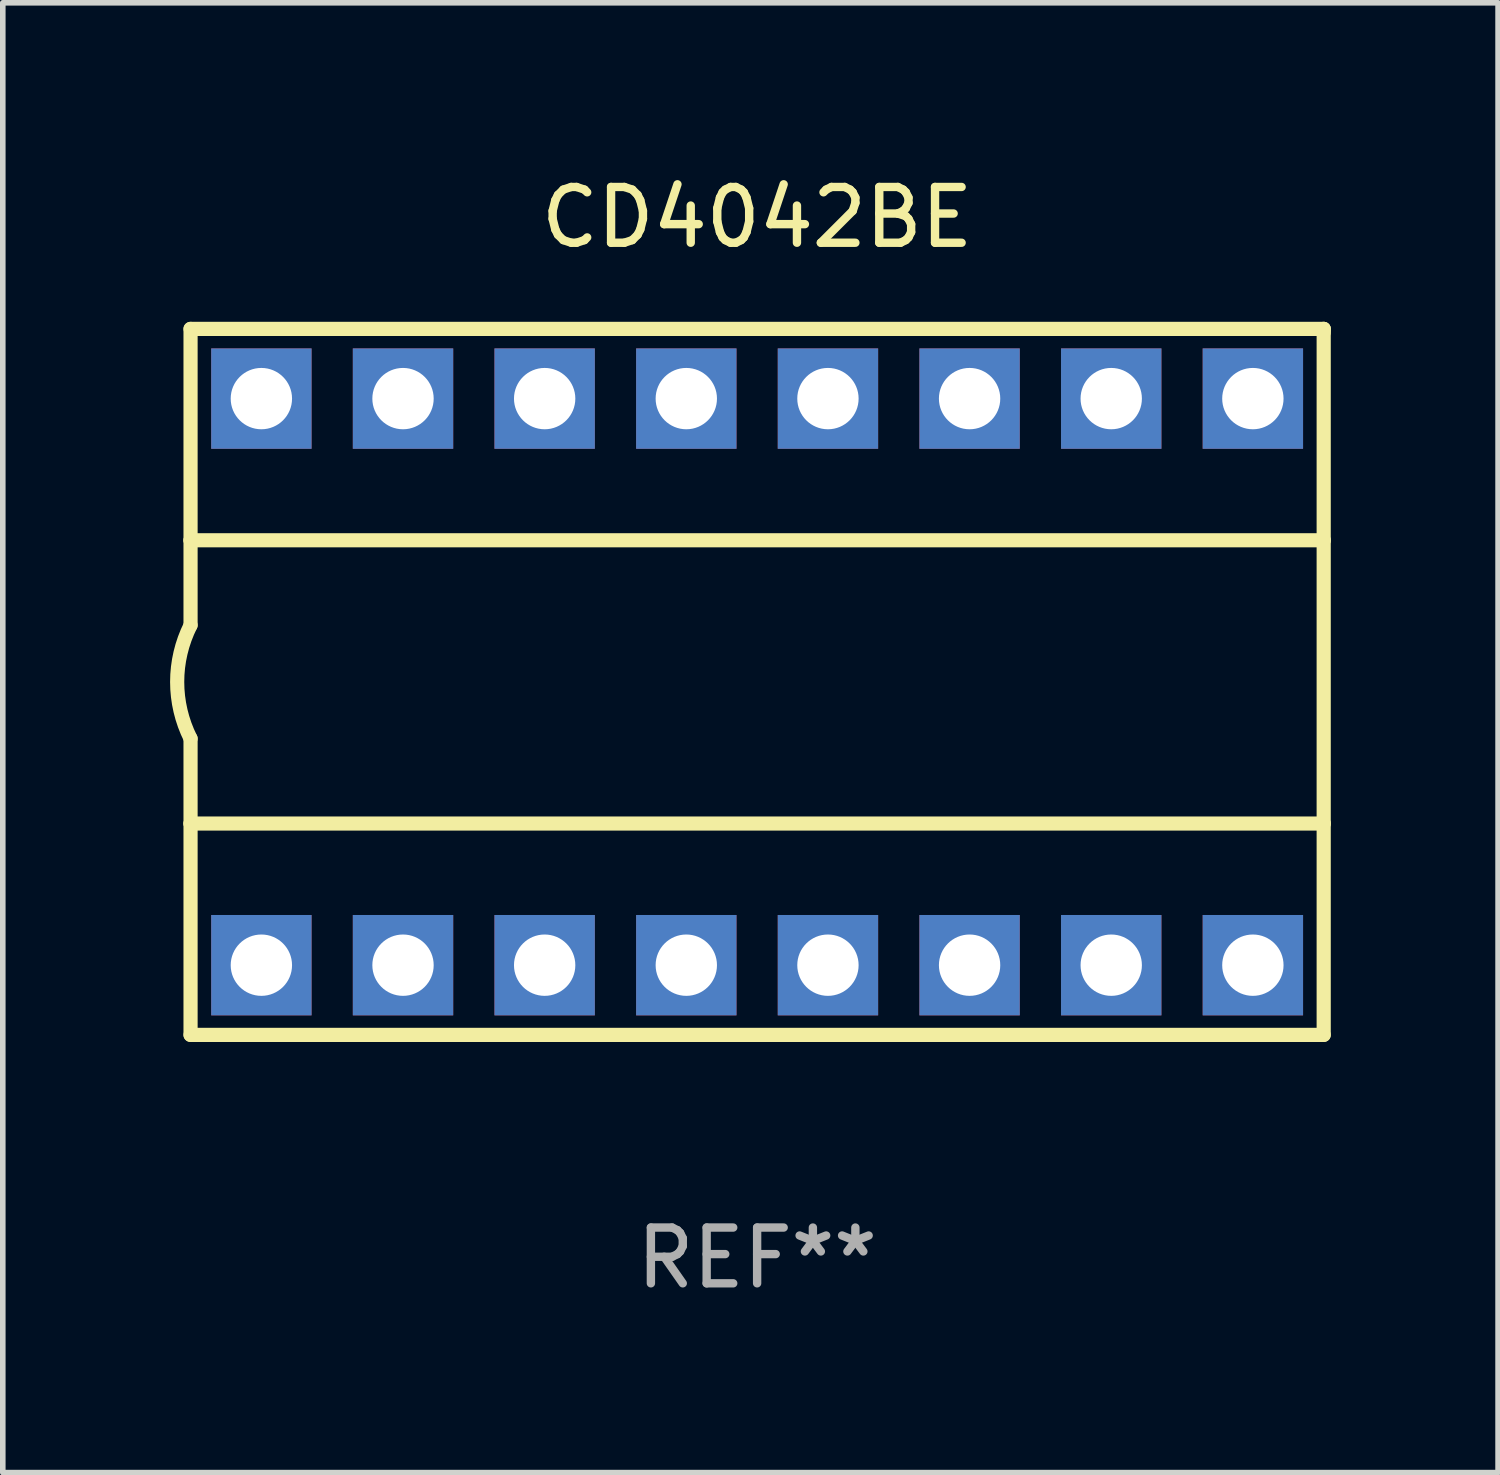
<source format=kicad_pcb>
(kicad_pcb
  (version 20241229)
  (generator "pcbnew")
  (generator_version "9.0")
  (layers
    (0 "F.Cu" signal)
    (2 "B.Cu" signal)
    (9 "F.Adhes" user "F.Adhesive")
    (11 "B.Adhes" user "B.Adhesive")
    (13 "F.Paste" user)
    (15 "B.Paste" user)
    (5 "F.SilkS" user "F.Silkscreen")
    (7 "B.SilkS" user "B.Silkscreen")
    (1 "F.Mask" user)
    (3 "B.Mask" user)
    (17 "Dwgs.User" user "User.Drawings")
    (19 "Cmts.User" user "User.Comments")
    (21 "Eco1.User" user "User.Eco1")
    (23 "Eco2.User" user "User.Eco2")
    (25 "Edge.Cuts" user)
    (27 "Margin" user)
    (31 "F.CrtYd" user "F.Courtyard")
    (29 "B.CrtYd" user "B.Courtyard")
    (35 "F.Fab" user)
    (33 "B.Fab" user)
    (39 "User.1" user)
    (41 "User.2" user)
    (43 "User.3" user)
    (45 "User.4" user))
  (footprint "CD4042BE"
    (layer "F.Cu")
    (at 10.527 9.178)
    (property "Reference" "CD4042BE" (at 0 -8.33 0) (layer "F.SilkS") (effects (font (size 1 1) (thickness 0.15))))
    (attr through_hole)
    (fp_line (start -10.16 -6.33) (end -10.16 -2.54) (stroke (width 0.254) (type solid)) (layer "F.SilkS"))
    (fp_line (start -10.16 -6.33) (end 10.16 -6.33) (stroke (width 0.254) (type solid)) (layer "F.SilkS"))
    (fp_line (start -10.16 -2.54) (end -10.16 -1.016) (stroke (width 0.254) (type solid)) (layer "F.SilkS"))
    (fp_line (start -10.16 -2.54) (end 10.16 -2.54) (stroke (width 0.254) (type solid)) (layer "F.SilkS"))
    (fp_line (start -10.16 2.54) (end -10.16 1.016) (stroke (width 0.254) (type solid)) (layer "F.SilkS"))
    (fp_line (start -10.16 2.54) (end 10.16 2.54) (stroke (width 0.254) (type solid)) (layer "F.SilkS"))
    (fp_line (start -10.16 6.33) (end -10.16 2.54) (stroke (width 0.254) (type solid)) (layer "F.SilkS"))
    (fp_line (start -10.16 6.33) (end 10.16 6.33) (stroke (width 0.254) (type solid)) (layer "F.SilkS"))
    (fp_line (start 10.16 -6.33) (end 10.16 -6.267) (stroke (width 0.254) (type solid)) (layer "F.SilkS"))
    (fp_line (start 10.16 -6.33) (end 10.16 -2.54) (stroke (width 0.254) (type solid)) (layer "F.SilkS"))
    (fp_line (start 10.16 -2.54) (end 10.16 2.54) (stroke (width 0.254) (type solid)) (layer "F.SilkS"))
    (fp_line (start 10.16 2.54) (end 10.16 6.33) (stroke (width 0.254) (type solid)) (layer "F.SilkS"))
    (fp_arc (start -10.16 1.016) (mid -10.399845 0) (end -10.16 -1.016) (stroke (width 0.254001) (type solid)) (layer "F.SilkS"))
    (fp_text user "REF**" (at 0 10.33 0) (layer "F.Fab") (effects (font (size 1 1) (thickness 0.15))))
    (pad "1" thru_hole rect (at -8.89 5.08) (size 1.8 1.8) (drill 1.1) (layers "*.Cu" "*.Mask"))
    (pad "2" thru_hole rect (at -6.35 5.08) (size 1.8 1.8) (drill 1.1) (layers "*.Cu" "*.Mask"))
    (pad "3" thru_hole rect (at -3.81 5.08) (size 1.8 1.8) (drill 1.1) (layers "*.Cu" "*.Mask"))
    (pad "4" thru_hole rect (at -1.27 5.08) (size 1.8 1.8) (drill 1.1) (layers "*.Cu" "*.Mask"))
    (pad "5" thru_hole rect (at 1.27 5.08) (size 1.8 1.8) (drill 1.1) (layers "*.Cu" "*.Mask"))
    (pad "6" thru_hole rect (at 3.81 5.08) (size 1.8 1.8) (drill 1.1) (layers "*.Cu" "*.Mask"))
    (pad "7" thru_hole rect (at 6.35 5.08) (size 1.8 1.8) (drill 1.1) (layers "*.Cu" "*.Mask"))
    (pad "8" thru_hole rect (at 8.89 5.08) (size 1.8 1.8) (drill 1.1) (layers "*.Cu" "*.Mask"))
    (pad "9" thru_hole rect (at 8.89 -5.08) (size 1.8 1.8) (drill 1.1) (layers "*.Cu" "*.Mask"))
    (pad "10" thru_hole rect (at 6.35 -5.08) (size 1.8 1.8) (drill 1.1) (layers "*.Cu" "*.Mask"))
    (pad "11" thru_hole rect (at 3.81 -5.08) (size 1.8 1.8) (drill 1.1) (layers "*.Cu" "*.Mask"))
    (pad "12" thru_hole rect (at 1.27 -5.08) (size 1.8 1.8) (drill 1.1) (layers "*.Cu" "*.Mask"))
    (pad "13" thru_hole rect (at -1.27 -5.08) (size 1.8 1.8) (drill 1.1) (layers "*.Cu" "*.Mask"))
    (pad "14" thru_hole rect (at -3.81 -5.08) (size 1.8 1.8) (drill 1.1) (layers "*.Cu" "*.Mask"))
    (pad "15" thru_hole rect (at -6.35 -5.08) (size 1.8 1.8) (drill 1.1) (layers "*.Cu" "*.Mask"))
    (pad "16" thru_hole rect (at -8.89 -5.08) (size 1.8 1.8) (drill 1.1) (layers "*.Cu" "*.Mask")))
  (gr_rect
    (start -3 -3)
    (end 23.814 23.357)
    (stroke (width 0.1) (type default))
    (fill no)
    (layer "Edge.Cuts")))
</source>
